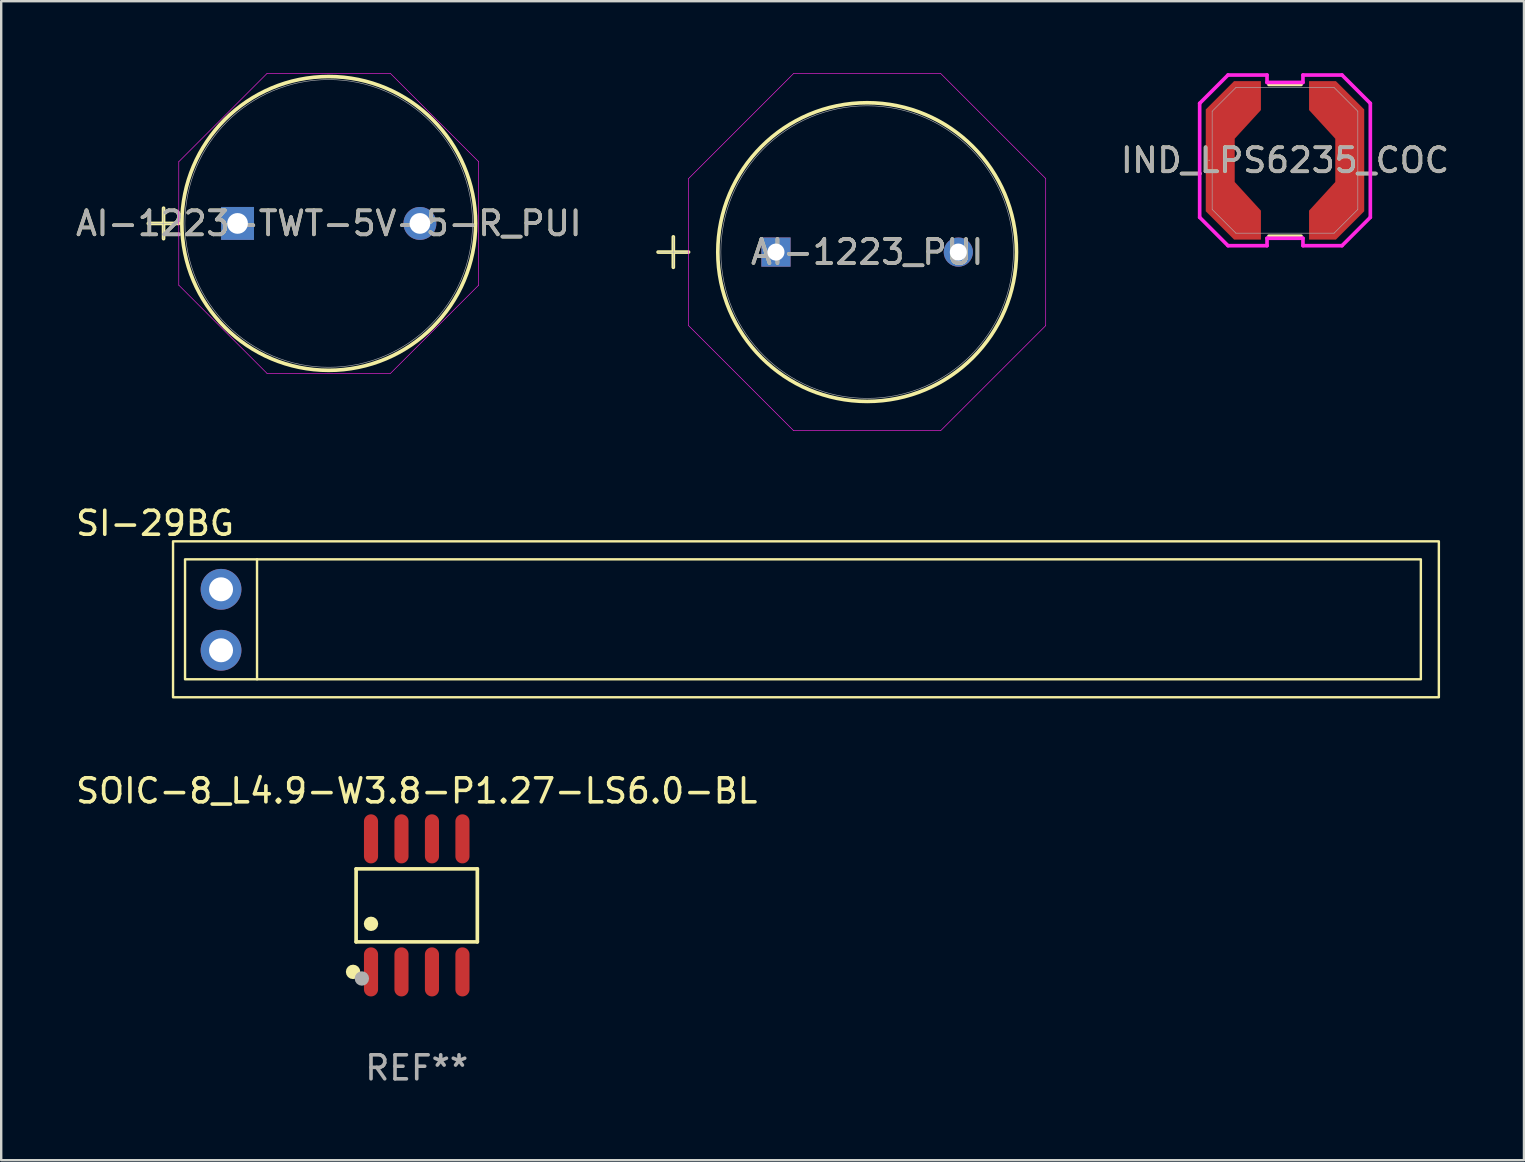
<source format=kicad_pcb>
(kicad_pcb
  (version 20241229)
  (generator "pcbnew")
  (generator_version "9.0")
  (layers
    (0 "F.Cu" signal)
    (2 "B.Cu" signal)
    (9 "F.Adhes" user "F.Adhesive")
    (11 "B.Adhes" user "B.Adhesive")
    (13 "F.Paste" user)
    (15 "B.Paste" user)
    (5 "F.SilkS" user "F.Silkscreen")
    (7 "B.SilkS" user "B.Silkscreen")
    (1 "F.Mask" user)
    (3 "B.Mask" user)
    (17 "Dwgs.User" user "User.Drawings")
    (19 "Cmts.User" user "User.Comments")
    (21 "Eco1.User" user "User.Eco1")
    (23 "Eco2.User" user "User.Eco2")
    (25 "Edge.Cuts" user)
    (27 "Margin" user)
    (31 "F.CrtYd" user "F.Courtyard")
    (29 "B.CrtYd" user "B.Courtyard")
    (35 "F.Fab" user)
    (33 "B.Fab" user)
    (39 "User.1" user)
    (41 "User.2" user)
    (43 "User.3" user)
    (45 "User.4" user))
  (footprint "SI-29BG"
    (layer "F.Cu")
    (at 6.161 21.508)
    (property "Reference" "SI-29BG" (at -2.75 -2.75 0) (layer "F.SilkS") (effects (font (size 1 1) (thickness 0.15))))
    (attr through_hole)
    (fp_line (start 1.5 3.75) (end 1.5 -1.25) (stroke (width 0.1) (type default)) (layer "F.SilkS"))
    (fp_rect (start -2 -2) (end 50.75 4.5) (stroke (width 0.1) (type default)) (fill no) (layer "F.SilkS"))
    (fp_rect (start -1.5 -1.25) (end 50 3.75) (stroke (width 0.1) (type default)) (fill no) (layer "F.SilkS"))
    (pad "1" thru_hole circle (at 0 0) (size 1.7 1.7) (drill 1) (layers "*.Cu" "*.Mask"))
    (pad "2" thru_hole oval (at 0 2.54) (size 1.7 1.7) (drill 1) (layers "*.Cu" "*.Mask")))
  (footprint "SOIC-8_L4.9-W3.8-P1.27-LS6.0-BL"
    (layer "F.Cu")
    (at 14.316 34.679)
    (property "Reference" "SOIC-8_L4.9-W3.8-P1.27-LS6.0-BL" (at -0.000051 -4.772 0) (layer "F.SilkS") (effects (font (size 1 1) (thickness 0.15))))
    (attr smd)
    (fp_line (start -2.526 -1.521) (end 2.526 -1.521) (stroke (width 0.152) (type solid)) (layer "F.SilkS"))
    (fp_line (start -2.526 1.521) (end -2.526 -1.521) (stroke (width 0.152) (type solid)) (layer "F.SilkS"))
    (fp_line (start 2.526 -1.521) (end 2.526 1.521) (stroke (width 0.152) (type solid)) (layer "F.SilkS"))
    (fp_line (start 2.526 1.521) (end -2.526 1.521) (stroke (width 0.152) (type solid)) (layer "F.SilkS"))
    (fp_circle (center -2.652 2.772) (end -2.501 2.772) (stroke (width 0.3) (type solid)) (fill no) (layer "F.SilkS"))
    (fp_circle (center -2.45 3) (end -2.42 3) (stroke (width 0.06) (type solid)) (fill no) (layer "F.SilkS"))
    (fp_circle (center -1.905 0.769) (end -1.755 0.769) (stroke (width 0.3) (type solid)) (fill no) (layer "F.SilkS"))
    (fp_circle (center -2.286 3.048) (end -2.136 3.048) (stroke (width 0.3) (type solid)) (fill no) (layer "F.Fab"))
    (fp_text user "REF**" (at -0.000051 6.772 0) (layer "F.Fab") (effects (font (size 1 1) (thickness 0.15))))
    (pad "1" smd oval (at -1.905 2.772) (size 0.588 2.045) (layers "F.Cu" "F.Mask" "F.Paste"))
    (pad "2" smd oval (at -0.635 2.772) (size 0.588 2.045) (layers "F.Cu" "F.Mask" "F.Paste"))
    (pad "3" smd oval (at 0.635 2.772) (size 0.588 2.045) (layers "F.Cu" "F.Mask" "F.Paste"))
    (pad "4" smd oval (at 1.905 2.772) (size 0.588 2.045) (layers "F.Cu" "F.Mask" "F.Paste"))
    (pad "5" smd oval (at 1.905 -2.772) (size 0.588 2.045) (layers "F.Cu" "F.Mask" "F.Paste"))
    (pad "6" smd oval (at 0.635 -2.772) (size 0.588 2.045) (layers "F.Cu" "F.Mask" "F.Paste"))
    (pad "7" smd oval (at -0.635 -2.772) (size 0.588 2.045) (layers "F.Cu" "F.Mask" "F.Paste"))
    (pad "8" smd oval (at -1.905 -2.772) (size 0.588 2.045) (layers "F.Cu" "F.Mask" "F.Paste")))
  (footprint "AI-1223_PUI"
    (layer "F.Cu")
    (at 29.286 7.455)
    (property "Reference" "AI-1223_PUI" (at 3.8 0 0) (unlocked yes) (layer "F.SilkS") (effects (font (size 1 1) (thickness 0.15))))
    (attr through_hole)
    (fp_line (start -4.912 0) (end -3.642 0) (stroke (width 0.152) (type solid)) (layer "F.SilkS"))
    (fp_line (start -4.277 -0.635) (end -4.277 0.635) (stroke (width 0.152) (type solid)) (layer "F.SilkS"))
    (fp_circle (center 3.8 0) (end 10.023 0) (stroke (width 0.152) (type solid)) (fill no) (layer "F.SilkS"))
    (fp_line (start -3.642 -3.064) (end 0.736 -7.442) (stroke (width 0.025) (type solid)) (layer "F.CrtYd"))
    (fp_line (start -3.642 3.064) (end -3.642 -3.064) (stroke (width 0.025) (type solid)) (layer "F.CrtYd"))
    (fp_line (start 0.736 -7.442) (end 6.864 -7.442) (stroke (width 0.025) (type solid)) (layer "F.CrtYd"))
    (fp_line (start 0.736 7.442) (end -3.642 3.064) (stroke (width 0.025) (type solid)) (layer "F.CrtYd"))
    (fp_line (start 6.864 -7.442) (end 11.242 -3.064) (stroke (width 0.025) (type solid)) (layer "F.CrtYd"))
    (fp_line (start 6.864 7.442) (end 0.736 7.442) (stroke (width 0.025) (type solid)) (layer "F.CrtYd"))
    (fp_line (start 11.242 -3.064) (end 11.242 3.064) (stroke (width 0.025) (type solid)) (layer "F.CrtYd"))
    (fp_line (start 11.242 3.064) (end 6.864 7.442) (stroke (width 0.025) (type solid)) (layer "F.CrtYd"))
    (fp_line (start -4.912 0) (end -3.642 0) (stroke (width 0.025) (type solid)) (layer "F.Fab"))
    (fp_line (start -4.277 -0.635) (end -4.277 0.635) (stroke (width 0.025) (type solid)) (layer "F.Fab"))
    (fp_circle (center 3.8 0) (end 9.896 0) (stroke (width 0.025) (type solid)) (fill no) (layer "F.Fab"))
    (fp_text user "${REFERENCE}" (at 3.8 0 0) (unlocked yes) (layer "F.Fab") (effects (font (size 1 1) (thickness 0.15))))
    (pad "1" thru_hole rect (at 0 0) (size 1.219 1.219) (drill 0.711) (layers "*.Cu" "*.Mask"))
    (pad "2" thru_hole circle (at 7.6 0) (size 1.219 1.219) (drill 0.711) (layers "*.Cu" "*.Mask")))
  (footprint "IND_LPS6235_COC"
    (layer "F.Cu")
    (at 50.499 3.632)
    (property "Reference" "IND_LPS6235_COC" (at 0 0 0) (unlocked yes) (layer "F.SilkS") (effects (font (size 1 1) (thickness 0.15))))
    (attr smd)
    (fp_poly (pts (xy -1.003 -3.302) (xy -2.121 -3.302) (xy -3.302 -2.121) (xy -3.302 2.121) (xy -2.121 3.302) (xy -1.003 3.302) (xy -1.003 2.095) (xy -2.095 0.902) (xy -2.095 -0.902) (xy -1.003 -2.095)) (stroke (width 0) (type solid)) (fill yes) (layer "F.Cu"))
    (fp_poly (pts (xy 1.003 -3.302) (xy 2.121 -3.302) (xy 3.302 -2.121) (xy 3.302 2.121) (xy 2.121 3.302) (xy 1.003 3.302) (xy 1.003 2.095) (xy 2.095 0.902) (xy 2.095 -0.902) (xy 1.003 -2.095)) (stroke (width 0) (type solid)) (fill yes) (layer "F.Cu"))
    (fp_line (start -0.671 -3.162) (end 0.671 -3.162) (stroke (width 0.152) (type solid)) (layer "F.SilkS"))
    (fp_line (start 0.671 3.162) (end -0.671 3.162) (stroke (width 0.152) (type solid)) (layer "F.SilkS"))
    (fp_line (start -3.556 -2.375) (end -3.556 2.375) (stroke (width 0.152) (type solid)) (layer "F.CrtYd"))
    (fp_line (start -3.556 2.375) (end -2.375 3.556) (stroke (width 0.152) (type solid)) (layer "F.CrtYd"))
    (fp_line (start -2.375 -3.556) (end -3.556 -2.375) (stroke (width 0.152) (type solid)) (layer "F.CrtYd"))
    (fp_line (start -2.375 3.556) (end -0.749 3.556) (stroke (width 0.152) (type solid)) (layer "F.CrtYd"))
    (fp_line (start -0.749 -3.556) (end -2.375 -3.556) (stroke (width 0.152) (type solid)) (layer "F.CrtYd"))
    (fp_line (start -0.749 -3.246) (end -0.749 -3.556) (stroke (width 0.152) (type solid)) (layer "F.CrtYd"))
    (fp_line (start -0.749 3.246) (end 0.749 3.246) (stroke (width 0.152) (type solid)) (layer "F.CrtYd"))
    (fp_line (start -0.749 3.556) (end -0.749 3.246) (stroke (width 0.152) (type solid)) (layer "F.CrtYd"))
    (fp_line (start 0.749 -3.556) (end 0.749 -3.246) (stroke (width 0.152) (type solid)) (layer "F.CrtYd"))
    (fp_line (start 0.749 -3.246) (end -0.749 -3.246) (stroke (width 0.152) (type solid)) (layer "F.CrtYd"))
    (fp_line (start 0.749 3.246) (end 0.749 3.556) (stroke (width 0.152) (type solid)) (layer "F.CrtYd"))
    (fp_line (start 0.749 3.556) (end 2.375 3.556) (stroke (width 0.152) (type solid)) (layer "F.CrtYd"))
    (fp_line (start 2.375 -3.556) (end 0.749 -3.556) (stroke (width 0.152) (type solid)) (layer "F.CrtYd"))
    (fp_line (start 2.375 3.556) (end 3.556 2.375) (stroke (width 0.152) (type solid)) (layer "F.CrtYd"))
    (fp_line (start 3.556 -2.375) (end 2.375 -3.556) (stroke (width 0.152) (type solid)) (layer "F.CrtYd"))
    (fp_line (start 3.556 2.375) (end 3.556 -2.375) (stroke (width 0.152) (type solid)) (layer "F.CrtYd"))
    (fp_line (start -3.035 -2.045) (end -2.045 -3.035) (stroke (width 0.025) (type solid)) (layer "F.Fab"))
    (fp_line (start -3.035 2.045) (end -3.035 -2.045) (stroke (width 0.025) (type solid)) (layer "F.Fab"))
    (fp_line (start -2.045 -3.035) (end 2.045 -3.035) (stroke (width 0.025) (type solid)) (layer "F.Fab"))
    (fp_line (start -2.045 3.035) (end -3.035 2.045) (stroke (width 0.025) (type solid)) (layer "F.Fab"))
    (fp_line (start 2.045 -3.035) (end 3.035 -2.045) (stroke (width 0.025) (type solid)) (layer "F.Fab"))
    (fp_line (start 2.045 3.035) (end -2.045 3.035) (stroke (width 0.025) (type solid)) (layer "F.Fab"))
    (fp_line (start 3.035 -2.045) (end 3.035 2.045) (stroke (width 0.025) (type solid)) (layer "F.Fab"))
    (fp_line (start 3.035 2.045) (end 2.045 3.035) (stroke (width 0.025) (type solid)) (layer "F.Fab"))
    (fp_circle (center -3.162 0) (end -3.162 0) (stroke (width 0.025) (type solid)) (fill no) (layer "F.Fab"))
    (fp_text user "${REFERENCE}" (at 0 0 0) (unlocked yes) (layer "F.Fab") (effects (font (size 1 1) (thickness 0.15))))
    (pad "1" smd rect (at -2.54 0) (size 0.051 0.051) (layers "F.Cu" "F.Mask" "F.Paste"))
    (pad "2" smd rect (at 2.54 0) (size 0.051 0.051) (layers "F.Cu" "F.Mask" "F.Paste")))
  (footprint "AI-1223-TWT-5V-5-R_PUI"
    (layer "F.Cu")
    (at 6.849 6.261)
    (property "Reference" "AI-1223-TWT-5V-5-R_PUI" (at 3.8 0 0) (unlocked yes) (layer "F.SilkS") (effects (font (size 1 1) (thickness 0.15))))
    (attr through_hole)
    (fp_line (start -3.718 0) (end -2.448 0) (stroke (width 0.152) (type solid)) (layer "F.SilkS"))
    (fp_line (start -3.083 -0.635) (end -3.083 0.635) (stroke (width 0.152) (type solid)) (layer "F.SilkS"))
    (fp_circle (center 3.8 0) (end 9.921 0) (stroke (width 0.152) (type solid)) (fill no) (layer "F.SilkS"))
    (fp_line (start -2.448 -2.573) (end 1.227 -6.248) (stroke (width 0.025) (type solid)) (layer "F.CrtYd"))
    (fp_line (start -2.448 2.573) (end -2.448 -2.573) (stroke (width 0.025) (type solid)) (layer "F.CrtYd"))
    (fp_line (start 1.227 -6.248) (end 6.373 -6.248) (stroke (width 0.025) (type solid)) (layer "F.CrtYd"))
    (fp_line (start 1.227 6.248) (end -2.448 2.573) (stroke (width 0.025) (type solid)) (layer "F.CrtYd"))
    (fp_line (start 6.373 -6.248) (end 10.048 -2.573) (stroke (width 0.025) (type solid)) (layer "F.CrtYd"))
    (fp_line (start 6.373 6.248) (end 1.227 6.248) (stroke (width 0.025) (type solid)) (layer "F.CrtYd"))
    (fp_line (start 10.048 -2.573) (end 10.048 2.573) (stroke (width 0.025) (type solid)) (layer "F.CrtYd"))
    (fp_line (start 10.048 2.573) (end 6.373 6.248) (stroke (width 0.025) (type solid)) (layer "F.CrtYd"))
    (fp_line (start -3.718 0) (end -2.448 0) (stroke (width 0.025) (type solid)) (layer "F.Fab"))
    (fp_line (start -3.083 -0.635) (end -3.083 0.635) (stroke (width 0.025) (type solid)) (layer "F.Fab"))
    (fp_circle (center 3.8 0) (end 9.794 0) (stroke (width 0.025) (type solid)) (fill no) (layer "F.Fab"))
    (fp_text user "${REFERENCE}" (at 3.8 0 0) (unlocked yes) (layer "F.Fab") (effects (font (size 1 1) (thickness 0.15))))
    (pad "1" thru_hole rect (at 0 0) (size 1.372 1.372) (drill 0.864) (layers "*.Cu" "*.Mask"))
    (pad "2" thru_hole circle (at 7.6 0) (size 1.372 1.372) (drill 0.864) (layers "*.Cu" "*.Mask")))
  (gr_rect
    (start -3 -3)
    (end 60.458 45.299)
    (stroke (width 0.1) (type default))
    (fill no)
    (layer "Edge.Cuts")))
</source>
